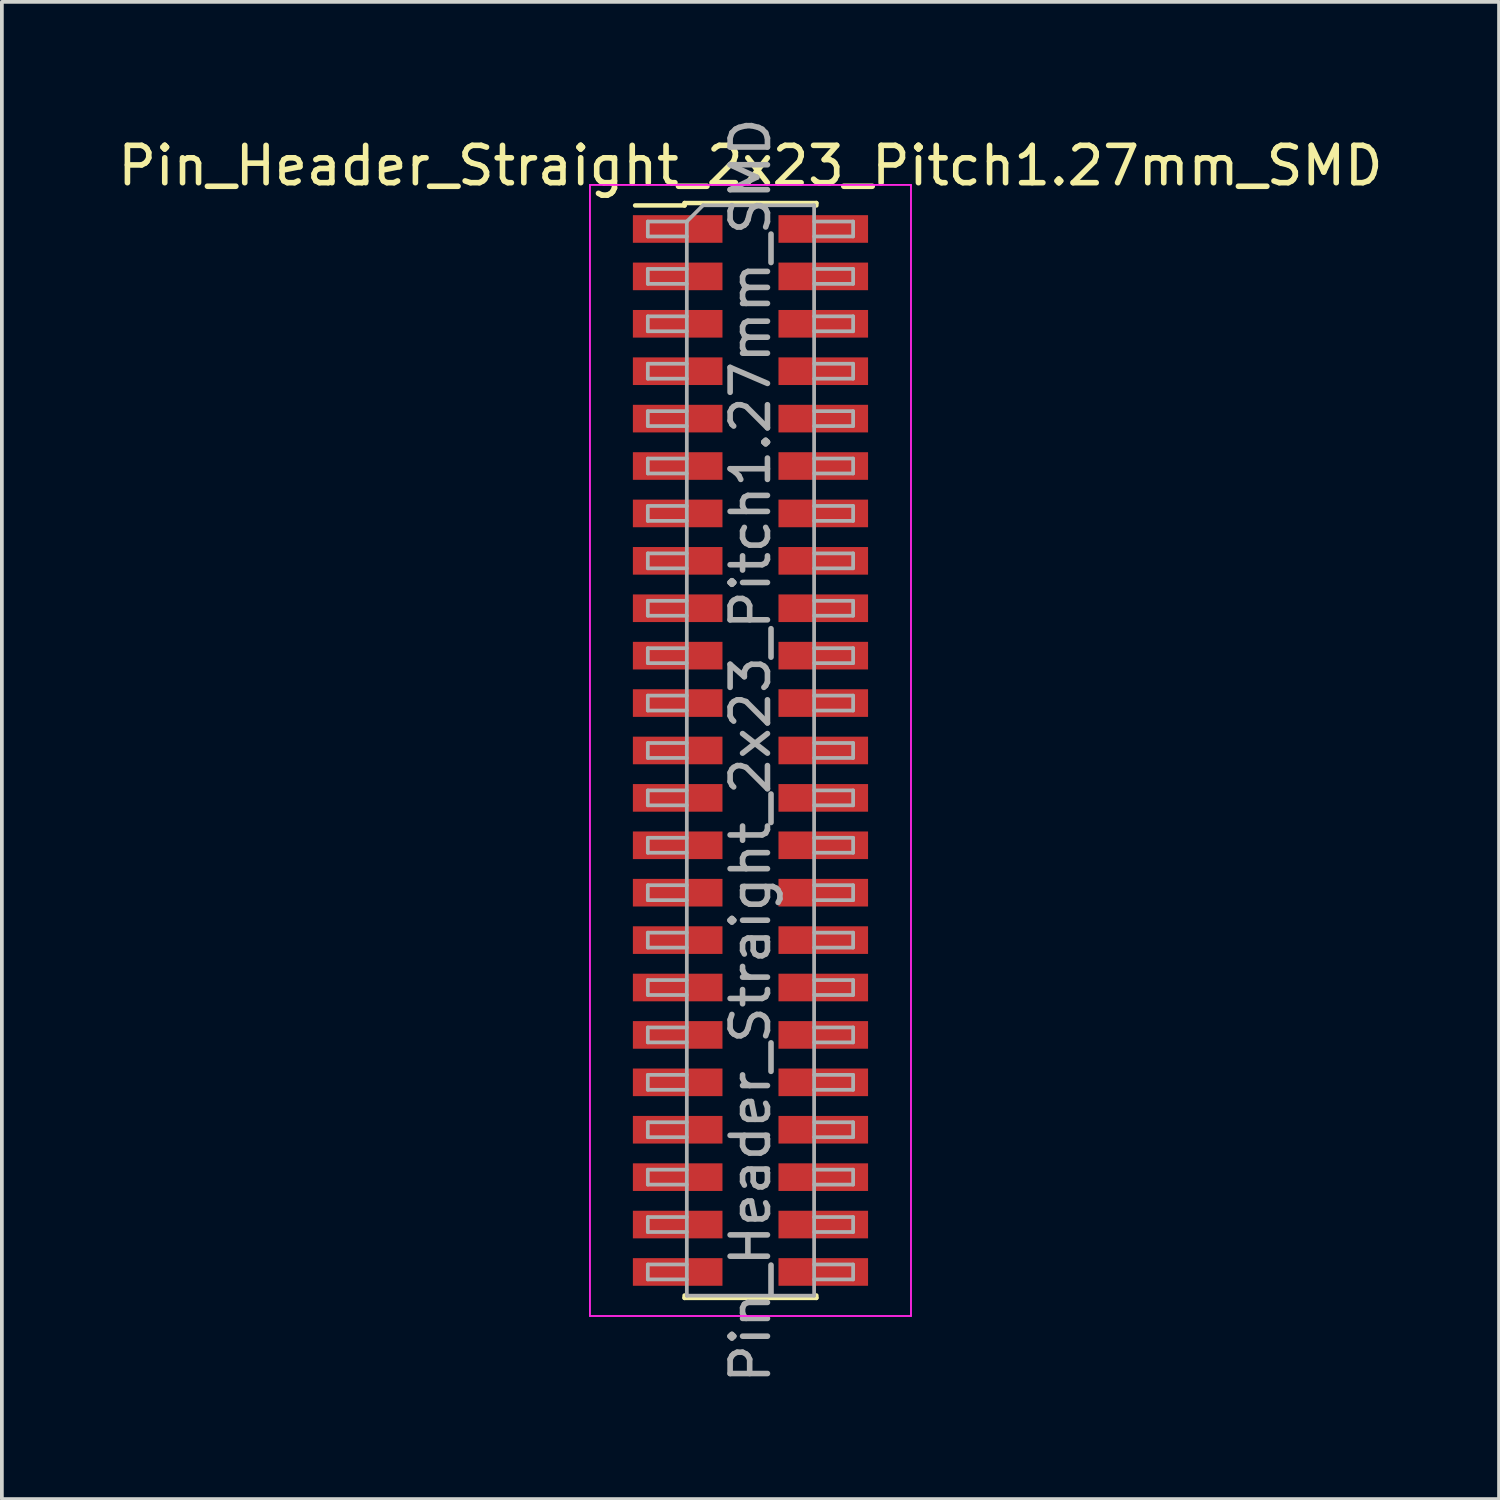
<source format=kicad_pcb>
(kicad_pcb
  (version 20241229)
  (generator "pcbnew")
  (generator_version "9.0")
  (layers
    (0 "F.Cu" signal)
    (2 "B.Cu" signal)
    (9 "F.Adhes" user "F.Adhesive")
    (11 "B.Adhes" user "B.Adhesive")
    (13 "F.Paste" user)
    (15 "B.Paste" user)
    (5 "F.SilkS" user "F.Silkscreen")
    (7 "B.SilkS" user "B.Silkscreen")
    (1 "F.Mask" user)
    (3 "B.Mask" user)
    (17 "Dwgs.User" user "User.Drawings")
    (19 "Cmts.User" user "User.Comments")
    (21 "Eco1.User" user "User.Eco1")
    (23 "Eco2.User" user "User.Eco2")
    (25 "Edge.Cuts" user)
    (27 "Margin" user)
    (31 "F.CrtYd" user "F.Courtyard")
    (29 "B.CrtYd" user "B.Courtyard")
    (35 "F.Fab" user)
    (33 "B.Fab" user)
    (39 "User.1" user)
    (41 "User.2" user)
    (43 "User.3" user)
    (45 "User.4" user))
  (footprint "Pin_Header_Straight_2x23_Pitch1.27mm_SMD"
    (layer "F.Cu")
    (at 17.054 17.054)
    (property "Reference" "Pin_Header_Straight_2x23_Pitch1.27mm_SMD" (at 0 -15.665 0) (layer "F.SilkS") (effects (font (size 1 1) (thickness 0.15))))
    (attr smd)
    (fp_line (start -3.09 -14.6) (end -1.765 -14.6) (stroke (width 0.12) (type solid)) (layer "F.SilkS"))
    (fp_line (start -1.765 -14.665) (end -1.765 -14.6) (stroke (width 0.12) (type solid)) (layer "F.SilkS"))
    (fp_line (start -1.765 -14.665) (end 1.765 -14.665) (stroke (width 0.12) (type solid)) (layer "F.SilkS"))
    (fp_line (start -1.765 14.6) (end -1.765 14.665) (stroke (width 0.12) (type solid)) (layer "F.SilkS"))
    (fp_line (start -1.765 14.665) (end 1.765 14.665) (stroke (width 0.12) (type solid)) (layer "F.SilkS"))
    (fp_line (start 1.765 -14.665) (end 1.765 -14.6) (stroke (width 0.12) (type solid)) (layer "F.SilkS"))
    (fp_line (start 1.765 14.6) (end 1.765 14.665) (stroke (width 0.12) (type solid)) (layer "F.SilkS"))
    (fp_line (start -4.3 -15.15) (end -4.3 15.15) (stroke (width 0.05) (type solid)) (layer "F.CrtYd"))
    (fp_line (start -4.3 15.15) (end 4.3 15.15) (stroke (width 0.05) (type solid)) (layer "F.CrtYd"))
    (fp_line (start 4.3 -15.15) (end -4.3 -15.15) (stroke (width 0.05) (type solid)) (layer "F.CrtYd"))
    (fp_line (start 4.3 15.15) (end 4.3 -15.15) (stroke (width 0.05) (type solid)) (layer "F.CrtYd"))
    (fp_line (start -2.75 -14.17) (end -2.75 -13.77) (stroke (width 0.1) (type solid)) (layer "F.Fab"))
    (fp_line (start -2.75 -13.77) (end -1.705 -13.77) (stroke (width 0.1) (type solid)) (layer "F.Fab"))
    (fp_line (start -2.75 -12.9) (end -2.75 -12.5) (stroke (width 0.1) (type solid)) (layer "F.Fab"))
    (fp_line (start -2.75 -12.5) (end -1.705 -12.5) (stroke (width 0.1) (type solid)) (layer "F.Fab"))
    (fp_line (start -2.75 -11.63) (end -2.75 -11.23) (stroke (width 0.1) (type solid)) (layer "F.Fab"))
    (fp_line (start -2.75 -11.23) (end -1.705 -11.23) (stroke (width 0.1) (type solid)) (layer "F.Fab"))
    (fp_line (start -2.75 -10.36) (end -2.75 -9.96) (stroke (width 0.1) (type solid)) (layer "F.Fab"))
    (fp_line (start -2.75 -9.96) (end -1.705 -9.96) (stroke (width 0.1) (type solid)) (layer "F.Fab"))
    (fp_line (start -2.75 -9.09) (end -2.75 -8.69) (stroke (width 0.1) (type solid)) (layer "F.Fab"))
    (fp_line (start -2.75 -8.69) (end -1.705 -8.69) (stroke (width 0.1) (type solid)) (layer "F.Fab"))
    (fp_line (start -2.75 -7.82) (end -2.75 -7.42) (stroke (width 0.1) (type solid)) (layer "F.Fab"))
    (fp_line (start -2.75 -7.42) (end -1.705 -7.42) (stroke (width 0.1) (type solid)) (layer "F.Fab"))
    (fp_line (start -2.75 -6.55) (end -2.75 -6.15) (stroke (width 0.1) (type solid)) (layer "F.Fab"))
    (fp_line (start -2.75 -6.15) (end -1.705 -6.15) (stroke (width 0.1) (type solid)) (layer "F.Fab"))
    (fp_line (start -2.75 -5.28) (end -2.75 -4.88) (stroke (width 0.1) (type solid)) (layer "F.Fab"))
    (fp_line (start -2.75 -4.88) (end -1.705 -4.88) (stroke (width 0.1) (type solid)) (layer "F.Fab"))
    (fp_line (start -2.75 -4.01) (end -2.75 -3.61) (stroke (width 0.1) (type solid)) (layer "F.Fab"))
    (fp_line (start -2.75 -3.61) (end -1.705 -3.61) (stroke (width 0.1) (type solid)) (layer "F.Fab"))
    (fp_line (start -2.75 -2.74) (end -2.75 -2.34) (stroke (width 0.1) (type solid)) (layer "F.Fab"))
    (fp_line (start -2.75 -2.34) (end -1.705 -2.34) (stroke (width 0.1) (type solid)) (layer "F.Fab"))
    (fp_line (start -2.75 -1.47) (end -2.75 -1.07) (stroke (width 0.1) (type solid)) (layer "F.Fab"))
    (fp_line (start -2.75 -1.07) (end -1.705 -1.07) (stroke (width 0.1) (type solid)) (layer "F.Fab"))
    (fp_line (start -2.75 -0.2) (end -2.75 0.2) (stroke (width 0.1) (type solid)) (layer "F.Fab"))
    (fp_line (start -2.75 0.2) (end -1.705 0.2) (stroke (width 0.1) (type solid)) (layer "F.Fab"))
    (fp_line (start -2.75 1.07) (end -2.75 1.47) (stroke (width 0.1) (type solid)) (layer "F.Fab"))
    (fp_line (start -2.75 1.47) (end -1.705 1.47) (stroke (width 0.1) (type solid)) (layer "F.Fab"))
    (fp_line (start -2.75 2.34) (end -2.75 2.74) (stroke (width 0.1) (type solid)) (layer "F.Fab"))
    (fp_line (start -2.75 2.74) (end -1.705 2.74) (stroke (width 0.1) (type solid)) (layer "F.Fab"))
    (fp_line (start -2.75 3.61) (end -2.75 4.01) (stroke (width 0.1) (type solid)) (layer "F.Fab"))
    (fp_line (start -2.75 4.01) (end -1.705 4.01) (stroke (width 0.1) (type solid)) (layer "F.Fab"))
    (fp_line (start -2.75 4.88) (end -2.75 5.28) (stroke (width 0.1) (type solid)) (layer "F.Fab"))
    (fp_line (start -2.75 5.28) (end -1.705 5.28) (stroke (width 0.1) (type solid)) (layer "F.Fab"))
    (fp_line (start -2.75 6.15) (end -2.75 6.55) (stroke (width 0.1) (type solid)) (layer "F.Fab"))
    (fp_line (start -2.75 6.55) (end -1.705 6.55) (stroke (width 0.1) (type solid)) (layer "F.Fab"))
    (fp_line (start -2.75 7.42) (end -2.75 7.82) (stroke (width 0.1) (type solid)) (layer "F.Fab"))
    (fp_line (start -2.75 7.82) (end -1.705 7.82) (stroke (width 0.1) (type solid)) (layer "F.Fab"))
    (fp_line (start -2.75 8.69) (end -2.75 9.09) (stroke (width 0.1) (type solid)) (layer "F.Fab"))
    (fp_line (start -2.75 9.09) (end -1.705 9.09) (stroke (width 0.1) (type solid)) (layer "F.Fab"))
    (fp_line (start -2.75 9.96) (end -2.75 10.36) (stroke (width 0.1) (type solid)) (layer "F.Fab"))
    (fp_line (start -2.75 10.36) (end -1.705 10.36) (stroke (width 0.1) (type solid)) (layer "F.Fab"))
    (fp_line (start -2.75 11.23) (end -2.75 11.63) (stroke (width 0.1) (type solid)) (layer "F.Fab"))
    (fp_line (start -2.75 11.63) (end -1.705 11.63) (stroke (width 0.1) (type solid)) (layer "F.Fab"))
    (fp_line (start -2.75 12.5) (end -2.75 12.9) (stroke (width 0.1) (type solid)) (layer "F.Fab"))
    (fp_line (start -2.75 12.9) (end -1.705 12.9) (stroke (width 0.1) (type solid)) (layer "F.Fab"))
    (fp_line (start -2.75 13.77) (end -2.75 14.17) (stroke (width 0.1) (type solid)) (layer "F.Fab"))
    (fp_line (start -2.75 14.17) (end -1.705 14.17) (stroke (width 0.1) (type solid)) (layer "F.Fab"))
    (fp_line (start -1.705 -14.17) (end -2.75 -14.17) (stroke (width 0.1) (type solid)) (layer "F.Fab"))
    (fp_line (start -1.705 -14.17) (end -1.27 -14.605) (stroke (width 0.1) (type solid)) (layer "F.Fab"))
    (fp_line (start -1.705 -12.9) (end -2.75 -12.9) (stroke (width 0.1) (type solid)) (layer "F.Fab"))
    (fp_line (start -1.705 -11.63) (end -2.75 -11.63) (stroke (width 0.1) (type solid)) (layer "F.Fab"))
    (fp_line (start -1.705 -10.36) (end -2.75 -10.36) (stroke (width 0.1) (type solid)) (layer "F.Fab"))
    (fp_line (start -1.705 -9.09) (end -2.75 -9.09) (stroke (width 0.1) (type solid)) (layer "F.Fab"))
    (fp_line (start -1.705 -7.82) (end -2.75 -7.82) (stroke (width 0.1) (type solid)) (layer "F.Fab"))
    (fp_line (start -1.705 -6.55) (end -2.75 -6.55) (stroke (width 0.1) (type solid)) (layer "F.Fab"))
    (fp_line (start -1.705 -5.28) (end -2.75 -5.28) (stroke (width 0.1) (type solid)) (layer "F.Fab"))
    (fp_line (start -1.705 -4.01) (end -2.75 -4.01) (stroke (width 0.1) (type solid)) (layer "F.Fab"))
    (fp_line (start -1.705 -2.74) (end -2.75 -2.74) (stroke (width 0.1) (type solid)) (layer "F.Fab"))
    (fp_line (start -1.705 -1.47) (end -2.75 -1.47) (stroke (width 0.1) (type solid)) (layer "F.Fab"))
    (fp_line (start -1.705 -0.2) (end -2.75 -0.2) (stroke (width 0.1) (type solid)) (layer "F.Fab"))
    (fp_line (start -1.705 1.07) (end -2.75 1.07) (stroke (width 0.1) (type solid)) (layer "F.Fab"))
    (fp_line (start -1.705 2.34) (end -2.75 2.34) (stroke (width 0.1) (type solid)) (layer "F.Fab"))
    (fp_line (start -1.705 3.61) (end -2.75 3.61) (stroke (width 0.1) (type solid)) (layer "F.Fab"))
    (fp_line (start -1.705 4.88) (end -2.75 4.88) (stroke (width 0.1) (type solid)) (layer "F.Fab"))
    (fp_line (start -1.705 6.15) (end -2.75 6.15) (stroke (width 0.1) (type solid)) (layer "F.Fab"))
    (fp_line (start -1.705 7.42) (end -2.75 7.42) (stroke (width 0.1) (type solid)) (layer "F.Fab"))
    (fp_line (start -1.705 8.69) (end -2.75 8.69) (stroke (width 0.1) (type solid)) (layer "F.Fab"))
    (fp_line (start -1.705 9.96) (end -2.75 9.96) (stroke (width 0.1) (type solid)) (layer "F.Fab"))
    (fp_line (start -1.705 11.23) (end -2.75 11.23) (stroke (width 0.1) (type solid)) (layer "F.Fab"))
    (fp_line (start -1.705 12.5) (end -2.75 12.5) (stroke (width 0.1) (type solid)) (layer "F.Fab"))
    (fp_line (start -1.705 13.77) (end -2.75 13.77) (stroke (width 0.1) (type solid)) (layer "F.Fab"))
    (fp_line (start -1.705 14.605) (end -1.705 -14.17) (stroke (width 0.1) (type solid)) (layer "F.Fab"))
    (fp_line (start -1.27 -14.605) (end 1.705 -14.605) (stroke (width 0.1) (type solid)) (layer "F.Fab"))
    (fp_line (start 1.705 -14.605) (end 1.705 14.605) (stroke (width 0.1) (type solid)) (layer "F.Fab"))
    (fp_line (start 1.705 -14.17) (end 2.75 -14.17) (stroke (width 0.1) (type solid)) (layer "F.Fab"))
    (fp_line (start 1.705 -12.9) (end 2.75 -12.9) (stroke (width 0.1) (type solid)) (layer "F.Fab"))
    (fp_line (start 1.705 -11.63) (end 2.75 -11.63) (stroke (width 0.1) (type solid)) (layer "F.Fab"))
    (fp_line (start 1.705 -10.36) (end 2.75 -10.36) (stroke (width 0.1) (type solid)) (layer "F.Fab"))
    (fp_line (start 1.705 -9.09) (end 2.75 -9.09) (stroke (width 0.1) (type solid)) (layer "F.Fab"))
    (fp_line (start 1.705 -7.82) (end 2.75 -7.82) (stroke (width 0.1) (type solid)) (layer "F.Fab"))
    (fp_line (start 1.705 -6.55) (end 2.75 -6.55) (stroke (width 0.1) (type solid)) (layer "F.Fab"))
    (fp_line (start 1.705 -5.28) (end 2.75 -5.28) (stroke (width 0.1) (type solid)) (layer "F.Fab"))
    (fp_line (start 1.705 -4.01) (end 2.75 -4.01) (stroke (width 0.1) (type solid)) (layer "F.Fab"))
    (fp_line (start 1.705 -2.74) (end 2.75 -2.74) (stroke (width 0.1) (type solid)) (layer "F.Fab"))
    (fp_line (start 1.705 -1.47) (end 2.75 -1.47) (stroke (width 0.1) (type solid)) (layer "F.Fab"))
    (fp_line (start 1.705 -0.2) (end 2.75 -0.2) (stroke (width 0.1) (type solid)) (layer "F.Fab"))
    (fp_line (start 1.705 1.07) (end 2.75 1.07) (stroke (width 0.1) (type solid)) (layer "F.Fab"))
    (fp_line (start 1.705 2.34) (end 2.75 2.34) (stroke (width 0.1) (type solid)) (layer "F.Fab"))
    (fp_line (start 1.705 3.61) (end 2.75 3.61) (stroke (width 0.1) (type solid)) (layer "F.Fab"))
    (fp_line (start 1.705 4.88) (end 2.75 4.88) (stroke (width 0.1) (type solid)) (layer "F.Fab"))
    (fp_line (start 1.705 6.15) (end 2.75 6.15) (stroke (width 0.1) (type solid)) (layer "F.Fab"))
    (fp_line (start 1.705 7.42) (end 2.75 7.42) (stroke (width 0.1) (type solid)) (layer "F.Fab"))
    (fp_line (start 1.705 8.69) (end 2.75 8.69) (stroke (width 0.1) (type solid)) (layer "F.Fab"))
    (fp_line (start 1.705 9.96) (end 2.75 9.96) (stroke (width 0.1) (type solid)) (layer "F.Fab"))
    (fp_line (start 1.705 11.23) (end 2.75 11.23) (stroke (width 0.1) (type solid)) (layer "F.Fab"))
    (fp_line (start 1.705 12.5) (end 2.75 12.5) (stroke (width 0.1) (type solid)) (layer "F.Fab"))
    (fp_line (start 1.705 13.77) (end 2.75 13.77) (stroke (width 0.1) (type solid)) (layer "F.Fab"))
    (fp_line (start 1.705 14.605) (end -1.705 14.605) (stroke (width 0.1) (type solid)) (layer "F.Fab"))
    (fp_line (start 2.75 -14.17) (end 2.75 -13.77) (stroke (width 0.1) (type solid)) (layer "F.Fab"))
    (fp_line (start 2.75 -13.77) (end 1.705 -13.77) (stroke (width 0.1) (type solid)) (layer "F.Fab"))
    (fp_line (start 2.75 -12.9) (end 2.75 -12.5) (stroke (width 0.1) (type solid)) (layer "F.Fab"))
    (fp_line (start 2.75 -12.5) (end 1.705 -12.5) (stroke (width 0.1) (type solid)) (layer "F.Fab"))
    (fp_line (start 2.75 -11.63) (end 2.75 -11.23) (stroke (width 0.1) (type solid)) (layer "F.Fab"))
    (fp_line (start 2.75 -11.23) (end 1.705 -11.23) (stroke (width 0.1) (type solid)) (layer "F.Fab"))
    (fp_line (start 2.75 -10.36) (end 2.75 -9.96) (stroke (width 0.1) (type solid)) (layer "F.Fab"))
    (fp_line (start 2.75 -9.96) (end 1.705 -9.96) (stroke (width 0.1) (type solid)) (layer "F.Fab"))
    (fp_line (start 2.75 -9.09) (end 2.75 -8.69) (stroke (width 0.1) (type solid)) (layer "F.Fab"))
    (fp_line (start 2.75 -8.69) (end 1.705 -8.69) (stroke (width 0.1) (type solid)) (layer "F.Fab"))
    (fp_line (start 2.75 -7.82) (end 2.75 -7.42) (stroke (width 0.1) (type solid)) (layer "F.Fab"))
    (fp_line (start 2.75 -7.42) (end 1.705 -7.42) (stroke (width 0.1) (type solid)) (layer "F.Fab"))
    (fp_line (start 2.75 -6.55) (end 2.75 -6.15) (stroke (width 0.1) (type solid)) (layer "F.Fab"))
    (fp_line (start 2.75 -6.15) (end 1.705 -6.15) (stroke (width 0.1) (type solid)) (layer "F.Fab"))
    (fp_line (start 2.75 -5.28) (end 2.75 -4.88) (stroke (width 0.1) (type solid)) (layer "F.Fab"))
    (fp_line (start 2.75 -4.88) (end 1.705 -4.88) (stroke (width 0.1) (type solid)) (layer "F.Fab"))
    (fp_line (start 2.75 -4.01) (end 2.75 -3.61) (stroke (width 0.1) (type solid)) (layer "F.Fab"))
    (fp_line (start 2.75 -3.61) (end 1.705 -3.61) (stroke (width 0.1) (type solid)) (layer "F.Fab"))
    (fp_line (start 2.75 -2.74) (end 2.75 -2.34) (stroke (width 0.1) (type solid)) (layer "F.Fab"))
    (fp_line (start 2.75 -2.34) (end 1.705 -2.34) (stroke (width 0.1) (type solid)) (layer "F.Fab"))
    (fp_line (start 2.75 -1.47) (end 2.75 -1.07) (stroke (width 0.1) (type solid)) (layer "F.Fab"))
    (fp_line (start 2.75 -1.07) (end 1.705 -1.07) (stroke (width 0.1) (type solid)) (layer "F.Fab"))
    (fp_line (start 2.75 -0.2) (end 2.75 0.2) (stroke (width 0.1) (type solid)) (layer "F.Fab"))
    (fp_line (start 2.75 0.2) (end 1.705 0.2) (stroke (width 0.1) (type solid)) (layer "F.Fab"))
    (fp_line (start 2.75 1.07) (end 2.75 1.47) (stroke (width 0.1) (type solid)) (layer "F.Fab"))
    (fp_line (start 2.75 1.47) (end 1.705 1.47) (stroke (width 0.1) (type solid)) (layer "F.Fab"))
    (fp_line (start 2.75 2.34) (end 2.75 2.74) (stroke (width 0.1) (type solid)) (layer "F.Fab"))
    (fp_line (start 2.75 2.74) (end 1.705 2.74) (stroke (width 0.1) (type solid)) (layer "F.Fab"))
    (fp_line (start 2.75 3.61) (end 2.75 4.01) (stroke (width 0.1) (type solid)) (layer "F.Fab"))
    (fp_line (start 2.75 4.01) (end 1.705 4.01) (stroke (width 0.1) (type solid)) (layer "F.Fab"))
    (fp_line (start 2.75 4.88) (end 2.75 5.28) (stroke (width 0.1) (type solid)) (layer "F.Fab"))
    (fp_line (start 2.75 5.28) (end 1.705 5.28) (stroke (width 0.1) (type solid)) (layer "F.Fab"))
    (fp_line (start 2.75 6.15) (end 2.75 6.55) (stroke (width 0.1) (type solid)) (layer "F.Fab"))
    (fp_line (start 2.75 6.55) (end 1.705 6.55) (stroke (width 0.1) (type solid)) (layer "F.Fab"))
    (fp_line (start 2.75 7.42) (end 2.75 7.82) (stroke (width 0.1) (type solid)) (layer "F.Fab"))
    (fp_line (start 2.75 7.82) (end 1.705 7.82) (stroke (width 0.1) (type solid)) (layer "F.Fab"))
    (fp_line (start 2.75 8.69) (end 2.75 9.09) (stroke (width 0.1) (type solid)) (layer "F.Fab"))
    (fp_line (start 2.75 9.09) (end 1.705 9.09) (stroke (width 0.1) (type solid)) (layer "F.Fab"))
    (fp_line (start 2.75 9.96) (end 2.75 10.36) (stroke (width 0.1) (type solid)) (layer "F.Fab"))
    (fp_line (start 2.75 10.36) (end 1.705 10.36) (stroke (width 0.1) (type solid)) (layer "F.Fab"))
    (fp_line (start 2.75 11.23) (end 2.75 11.63) (stroke (width 0.1) (type solid)) (layer "F.Fab"))
    (fp_line (start 2.75 11.63) (end 1.705 11.63) (stroke (width 0.1) (type solid)) (layer "F.Fab"))
    (fp_line (start 2.75 12.5) (end 2.75 12.9) (stroke (width 0.1) (type solid)) (layer "F.Fab"))
    (fp_line (start 2.75 12.9) (end 1.705 12.9) (stroke (width 0.1) (type solid)) (layer "F.Fab"))
    (fp_line (start 2.75 13.77) (end 2.75 14.17) (stroke (width 0.1) (type solid)) (layer "F.Fab"))
    (fp_line (start 2.75 14.17) (end 1.705 14.17) (stroke (width 0.1) (type solid)) (layer "F.Fab"))
    (fp_text user "${REFERENCE}" (at 0 0 90) (layer "F.Fab") (effects (font (size 1 1) (thickness 0.15))))
    (pad "1" smd rect (at -1.95 -13.97) (size 2.4 0.74) (layers "F.Cu" "F.Mask" "F.Paste"))
    (pad "2" smd rect (at 1.95 -13.97) (size 2.4 0.74) (layers "F.Cu" "F.Mask" "F.Paste"))
    (pad "3" smd rect (at -1.95 -12.7) (size 2.4 0.74) (layers "F.Cu" "F.Mask" "F.Paste"))
    (pad "4" smd rect (at 1.95 -12.7) (size 2.4 0.74) (layers "F.Cu" "F.Mask" "F.Paste"))
    (pad "5" smd rect (at -1.95 -11.43) (size 2.4 0.74) (layers "F.Cu" "F.Mask" "F.Paste"))
    (pad "6" smd rect (at 1.95 -11.43) (size 2.4 0.74) (layers "F.Cu" "F.Mask" "F.Paste"))
    (pad "7" smd rect (at -1.95 -10.16) (size 2.4 0.74) (layers "F.Cu" "F.Mask" "F.Paste"))
    (pad "8" smd rect (at 1.95 -10.16) (size 2.4 0.74) (layers "F.Cu" "F.Mask" "F.Paste"))
    (pad "9" smd rect (at -1.95 -8.89) (size 2.4 0.74) (layers "F.Cu" "F.Mask" "F.Paste"))
    (pad "10" smd rect (at 1.95 -8.89) (size 2.4 0.74) (layers "F.Cu" "F.Mask" "F.Paste"))
    (pad "11" smd rect (at -1.95 -7.62) (size 2.4 0.74) (layers "F.Cu" "F.Mask" "F.Paste"))
    (pad "12" smd rect (at 1.95 -7.62) (size 2.4 0.74) (layers "F.Cu" "F.Mask" "F.Paste"))
    (pad "13" smd rect (at -1.95 -6.35) (size 2.4 0.74) (layers "F.Cu" "F.Mask" "F.Paste"))
    (pad "14" smd rect (at 1.95 -6.35) (size 2.4 0.74) (layers "F.Cu" "F.Mask" "F.Paste"))
    (pad "15" smd rect (at -1.95 -5.08) (size 2.4 0.74) (layers "F.Cu" "F.Mask" "F.Paste"))
    (pad "16" smd rect (at 1.95 -5.08) (size 2.4 0.74) (layers "F.Cu" "F.Mask" "F.Paste"))
    (pad "17" smd rect (at -1.95 -3.81) (size 2.4 0.74) (layers "F.Cu" "F.Mask" "F.Paste"))
    (pad "18" smd rect (at 1.95 -3.81) (size 2.4 0.74) (layers "F.Cu" "F.Mask" "F.Paste"))
    (pad "19" smd rect (at -1.95 -2.54) (size 2.4 0.74) (layers "F.Cu" "F.Mask" "F.Paste"))
    (pad "20" smd rect (at 1.95 -2.54) (size 2.4 0.74) (layers "F.Cu" "F.Mask" "F.Paste"))
    (pad "21" smd rect (at -1.95 -1.27) (size 2.4 0.74) (layers "F.Cu" "F.Mask" "F.Paste"))
    (pad "22" smd rect (at 1.95 -1.27) (size 2.4 0.74) (layers "F.Cu" "F.Mask" "F.Paste"))
    (pad "23" smd rect (at -1.95 0) (size 2.4 0.74) (layers "F.Cu" "F.Mask" "F.Paste"))
    (pad "24" smd rect (at 1.95 0) (size 2.4 0.74) (layers "F.Cu" "F.Mask" "F.Paste"))
    (pad "25" smd rect (at -1.95 1.27) (size 2.4 0.74) (layers "F.Cu" "F.Mask" "F.Paste"))
    (pad "26" smd rect (at 1.95 1.27) (size 2.4 0.74) (layers "F.Cu" "F.Mask" "F.Paste"))
    (pad "27" smd rect (at -1.95 2.54) (size 2.4 0.74) (layers "F.Cu" "F.Mask" "F.Paste"))
    (pad "28" smd rect (at 1.95 2.54) (size 2.4 0.74) (layers "F.Cu" "F.Mask" "F.Paste"))
    (pad "29" smd rect (at -1.95 3.81) (size 2.4 0.74) (layers "F.Cu" "F.Mask" "F.Paste"))
    (pad "30" smd rect (at 1.95 3.81) (size 2.4 0.74) (layers "F.Cu" "F.Mask" "F.Paste"))
    (pad "31" smd rect (at -1.95 5.08) (size 2.4 0.74) (layers "F.Cu" "F.Mask" "F.Paste"))
    (pad "32" smd rect (at 1.95 5.08) (size 2.4 0.74) (layers "F.Cu" "F.Mask" "F.Paste"))
    (pad "33" smd rect (at -1.95 6.35) (size 2.4 0.74) (layers "F.Cu" "F.Mask" "F.Paste"))
    (pad "34" smd rect (at 1.95 6.35) (size 2.4 0.74) (layers "F.Cu" "F.Mask" "F.Paste"))
    (pad "35" smd rect (at -1.95 7.62) (size 2.4 0.74) (layers "F.Cu" "F.Mask" "F.Paste"))
    (pad "36" smd rect (at 1.95 7.62) (size 2.4 0.74) (layers "F.Cu" "F.Mask" "F.Paste"))
    (pad "37" smd rect (at -1.95 8.89) (size 2.4 0.74) (layers "F.Cu" "F.Mask" "F.Paste"))
    (pad "38" smd rect (at 1.95 8.89) (size 2.4 0.74) (layers "F.Cu" "F.Mask" "F.Paste"))
    (pad "39" smd rect (at -1.95 10.16) (size 2.4 0.74) (layers "F.Cu" "F.Mask" "F.Paste"))
    (pad "40" smd rect (at 1.95 10.16) (size 2.4 0.74) (layers "F.Cu" "F.Mask" "F.Paste"))
    (pad "41" smd rect (at -1.95 11.43) (size 2.4 0.74) (layers "F.Cu" "F.Mask" "F.Paste"))
    (pad "42" smd rect (at 1.95 11.43) (size 2.4 0.74) (layers "F.Cu" "F.Mask" "F.Paste"))
    (pad "43" smd rect (at -1.95 12.7) (size 2.4 0.74) (layers "F.Cu" "F.Mask" "F.Paste"))
    (pad "44" smd rect (at 1.95 12.7) (size 2.4 0.74) (layers "F.Cu" "F.Mask" "F.Paste"))
    (pad "45" smd rect (at -1.95 13.97) (size 2.4 0.74) (layers "F.Cu" "F.Mask" "F.Paste"))
    (pad "46" smd rect (at 1.95 13.97) (size 2.4 0.74) (layers "F.Cu" "F.Mask" "F.Paste")))
  (gr_rect
    (start -3 -3)
    (end 37.107 37.107)
    (stroke (width 0.1) (type default))
    (fill no)
    (layer "Edge.Cuts")))
</source>
